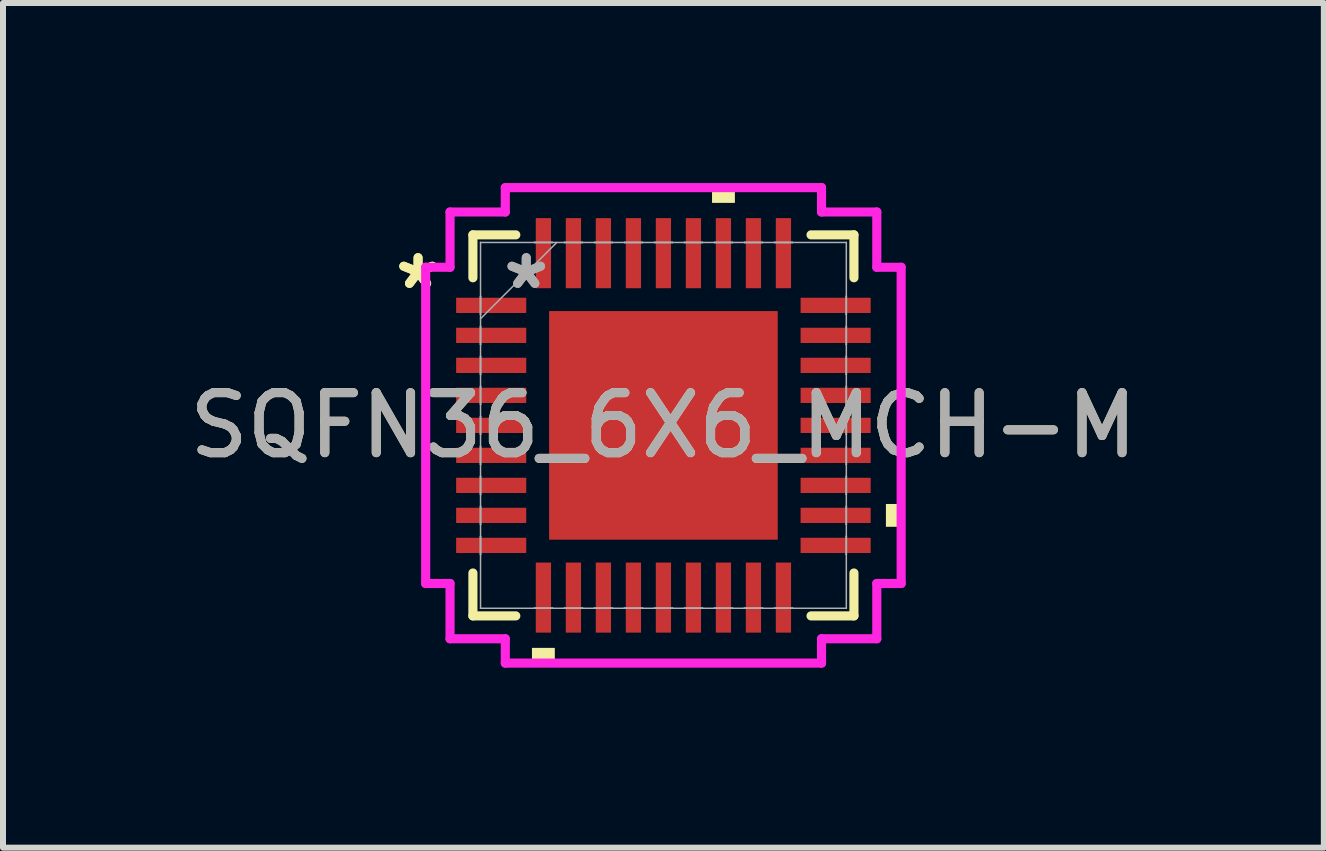
<source format=kicad_pcb>
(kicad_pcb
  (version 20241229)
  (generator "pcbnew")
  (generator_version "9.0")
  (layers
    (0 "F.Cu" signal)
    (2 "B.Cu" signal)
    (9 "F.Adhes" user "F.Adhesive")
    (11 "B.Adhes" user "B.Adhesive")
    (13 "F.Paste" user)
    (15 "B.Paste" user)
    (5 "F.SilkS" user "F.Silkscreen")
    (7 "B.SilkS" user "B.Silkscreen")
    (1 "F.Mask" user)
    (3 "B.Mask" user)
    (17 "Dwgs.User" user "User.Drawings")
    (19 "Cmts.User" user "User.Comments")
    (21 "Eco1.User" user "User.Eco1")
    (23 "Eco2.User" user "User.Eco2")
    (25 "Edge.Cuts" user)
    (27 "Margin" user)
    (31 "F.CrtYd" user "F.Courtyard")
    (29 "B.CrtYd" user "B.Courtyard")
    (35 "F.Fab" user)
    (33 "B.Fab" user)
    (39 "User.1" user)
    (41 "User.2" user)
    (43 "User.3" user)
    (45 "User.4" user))
  (footprint "SQFN36_6X6_MCH-M"
    (layer "F.Cu")
    (at 8.006 4.039)
    (property "Reference" "SQFN36_6X6_MCH-M" (at 0 0 0) (unlocked yes) (layer "F.SilkS") (effects (font (size 1 1) (thickness 0.15))))
    (attr smd)
    (fp_line (start -3.175 -3.175) (end -3.175 -2.46) (stroke (width 0.152) (type solid)) (layer "F.SilkS"))
    (fp_line (start -3.175 2.46) (end -3.175 3.175) (stroke (width 0.152) (type solid)) (layer "F.SilkS"))
    (fp_line (start -3.175 3.175) (end -2.46 3.175) (stroke (width 0.152) (type solid)) (layer "F.SilkS"))
    (fp_line (start -2.46 -3.175) (end -3.175 -3.175) (stroke (width 0.152) (type solid)) (layer "F.SilkS"))
    (fp_line (start 2.46 3.175) (end 3.175 3.175) (stroke (width 0.152) (type solid)) (layer "F.SilkS"))
    (fp_line (start 3.175 -3.175) (end 2.46 -3.175) (stroke (width 0.152) (type solid)) (layer "F.SilkS"))
    (fp_line (start 3.175 -2.46) (end 3.175 -3.175) (stroke (width 0.152) (type solid)) (layer "F.SilkS"))
    (fp_line (start 3.175 3.175) (end 3.175 2.46) (stroke (width 0.152) (type solid)) (layer "F.SilkS"))
    (fp_poly (pts (xy -2.191 3.708) (xy -2.191 3.962) (xy -1.81 3.962) (xy -1.81 3.708)) (stroke (width 0) (type solid)) (fill yes) (layer "F.SilkS"))
    (fp_poly (pts (xy 0.81 -3.708) (xy 0.81 -3.962) (xy 1.191 -3.962) (xy 1.191 -3.708)) (stroke (width 0) (type solid)) (fill yes) (layer "F.SilkS"))
    (fp_poly (pts (xy 3.962 1.31) (xy 3.962 1.69) (xy 3.708 1.69) (xy 3.708 1.31)) (stroke (width 0) (type solid)) (fill yes) (layer "F.SilkS"))
    (fp_poly (pts (xy -1.805 -1.805) (xy -1.805 -0.735) (xy -0.735 -0.735) (xy -0.735 -1.805)) (stroke (width 0) (type solid)) (fill yes) (layer "F.Paste"))
    (fp_poly (pts (xy -1.805 -0.535) (xy -1.805 0.535) (xy -0.735 0.535) (xy -0.735 -0.535)) (stroke (width 0) (type solid)) (fill yes) (layer "F.Paste"))
    (fp_poly (pts (xy -1.805 0.735) (xy -1.805 1.805) (xy -0.735 1.805) (xy -0.735 0.735)) (stroke (width 0) (type solid)) (fill yes) (layer "F.Paste"))
    (fp_poly (pts (xy -0.535 -1.805) (xy -0.535 -0.735) (xy 0.535 -0.735) (xy 0.535 -1.805)) (stroke (width 0) (type solid)) (fill yes) (layer "F.Paste"))
    (fp_poly (pts (xy -0.535 -0.535) (xy -0.535 0.535) (xy 0.535 0.535) (xy 0.535 -0.535)) (stroke (width 0) (type solid)) (fill yes) (layer "F.Paste"))
    (fp_poly (pts (xy -0.535 0.735) (xy -0.535 1.805) (xy 0.535 1.805) (xy 0.535 0.735)) (stroke (width 0) (type solid)) (fill yes) (layer "F.Paste"))
    (fp_poly (pts (xy 0.735 -1.805) (xy 0.735 -0.735) (xy 1.805 -0.735) (xy 1.805 -1.805)) (stroke (width 0) (type solid)) (fill yes) (layer "F.Paste"))
    (fp_poly (pts (xy 0.735 -0.535) (xy 0.735 0.535) (xy 1.805 0.535) (xy 1.805 -0.535)) (stroke (width 0) (type solid)) (fill yes) (layer "F.Paste"))
    (fp_poly (pts (xy 0.735 0.735) (xy 0.735 1.805) (xy 1.805 1.805) (xy 1.805 0.735)) (stroke (width 0) (type solid)) (fill yes) (layer "F.Paste"))
    (fp_line (start -3.962 -2.635) (end -3.556 -2.635) (stroke (width 0.152) (type solid)) (layer "F.CrtYd"))
    (fp_line (start -3.962 2.635) (end -3.962 -2.635) (stroke (width 0.152) (type solid)) (layer "F.CrtYd"))
    (fp_line (start -3.556 -3.556) (end -2.635 -3.556) (stroke (width 0.152) (type solid)) (layer "F.CrtYd"))
    (fp_line (start -3.556 -2.635) (end -3.556 -3.556) (stroke (width 0.152) (type solid)) (layer "F.CrtYd"))
    (fp_line (start -3.556 2.635) (end -3.962 2.635) (stroke (width 0.152) (type solid)) (layer "F.CrtYd"))
    (fp_line (start -3.556 3.556) (end -3.556 2.635) (stroke (width 0.152) (type solid)) (layer "F.CrtYd"))
    (fp_line (start -2.635 -3.962) (end 2.635 -3.962) (stroke (width 0.152) (type solid)) (layer "F.CrtYd"))
    (fp_line (start -2.635 -3.556) (end -2.635 -3.962) (stroke (width 0.152) (type solid)) (layer "F.CrtYd"))
    (fp_line (start -2.635 3.556) (end -3.556 3.556) (stroke (width 0.152) (type solid)) (layer "F.CrtYd"))
    (fp_line (start -2.635 3.962) (end -2.635 3.556) (stroke (width 0.152) (type solid)) (layer "F.CrtYd"))
    (fp_line (start 2.635 -3.962) (end 2.635 -3.556) (stroke (width 0.152) (type solid)) (layer "F.CrtYd"))
    (fp_line (start 2.635 -3.556) (end 3.556 -3.556) (stroke (width 0.152) (type solid)) (layer "F.CrtYd"))
    (fp_line (start 2.635 3.556) (end 2.635 3.962) (stroke (width 0.152) (type solid)) (layer "F.CrtYd"))
    (fp_line (start 2.635 3.962) (end -2.635 3.962) (stroke (width 0.152) (type solid)) (layer "F.CrtYd"))
    (fp_line (start 3.556 -3.556) (end 3.556 -2.635) (stroke (width 0.152) (type solid)) (layer "F.CrtYd"))
    (fp_line (start 3.556 -2.635) (end 3.962 -2.635) (stroke (width 0.152) (type solid)) (layer "F.CrtYd"))
    (fp_line (start 3.556 2.635) (end 3.556 3.556) (stroke (width 0.152) (type solid)) (layer "F.CrtYd"))
    (fp_line (start 3.556 3.556) (end 2.635 3.556) (stroke (width 0.152) (type solid)) (layer "F.CrtYd"))
    (fp_line (start 3.962 -2.635) (end 3.962 2.635) (stroke (width 0.152) (type solid)) (layer "F.CrtYd"))
    (fp_line (start 3.962 2.635) (end 3.556 2.635) (stroke (width 0.152) (type solid)) (layer "F.CrtYd"))
    (fp_line (start -3.048 -3.048) (end -3.048 -3.048) (stroke (width 0.025) (type solid)) (layer "F.Fab"))
    (fp_line (start -3.048 -3.048) (end -3.048 3.048) (stroke (width 0.025) (type solid)) (layer "F.Fab"))
    (fp_line (start -3.048 -2.152) (end -3.048 -2.152) (stroke (width 0.025) (type solid)) (layer "F.Fab"))
    (fp_line (start -3.048 -2.152) (end -3.048 -1.848) (stroke (width 0.025) (type solid)) (layer "F.Fab"))
    (fp_line (start -3.048 -1.848) (end -3.048 -2.152) (stroke (width 0.025) (type solid)) (layer "F.Fab"))
    (fp_line (start -3.048 -1.848) (end -3.048 -1.848) (stroke (width 0.025) (type solid)) (layer "F.Fab"))
    (fp_line (start -3.048 -1.778) (end -1.778 -3.048) (stroke (width 0.025) (type solid)) (layer "F.Fab"))
    (fp_line (start -3.048 -1.652) (end -3.048 -1.652) (stroke (width 0.025) (type solid)) (layer "F.Fab"))
    (fp_line (start -3.048 -1.652) (end -3.048 -1.348) (stroke (width 0.025) (type solid)) (layer "F.Fab"))
    (fp_line (start -3.048 -1.348) (end -3.048 -1.652) (stroke (width 0.025) (type solid)) (layer "F.Fab"))
    (fp_line (start -3.048 -1.348) (end -3.048 -1.348) (stroke (width 0.025) (type solid)) (layer "F.Fab"))
    (fp_line (start -3.048 -1.152) (end -3.048 -1.152) (stroke (width 0.025) (type solid)) (layer "F.Fab"))
    (fp_line (start -3.048 -1.152) (end -3.048 -0.848) (stroke (width 0.025) (type solid)) (layer "F.Fab"))
    (fp_line (start -3.048 -0.848) (end -3.048 -1.152) (stroke (width 0.025) (type solid)) (layer "F.Fab"))
    (fp_line (start -3.048 -0.848) (end -3.048 -0.848) (stroke (width 0.025) (type solid)) (layer "F.Fab"))
    (fp_line (start -3.048 -0.652) (end -3.048 -0.652) (stroke (width 0.025) (type solid)) (layer "F.Fab"))
    (fp_line (start -3.048 -0.652) (end -3.048 -0.348) (stroke (width 0.025) (type solid)) (layer "F.Fab"))
    (fp_line (start -3.048 -0.348) (end -3.048 -0.652) (stroke (width 0.025) (type solid)) (layer "F.Fab"))
    (fp_line (start -3.048 -0.348) (end -3.048 -0.348) (stroke (width 0.025) (type solid)) (layer "F.Fab"))
    (fp_line (start -3.048 -0.152) (end -3.048 -0.152) (stroke (width 0.025) (type solid)) (layer "F.Fab"))
    (fp_line (start -3.048 -0.152) (end -3.048 0.152) (stroke (width 0.025) (type solid)) (layer "F.Fab"))
    (fp_line (start -3.048 0.152) (end -3.048 -0.152) (stroke (width 0.025) (type solid)) (layer "F.Fab"))
    (fp_line (start -3.048 0.152) (end -3.048 0.152) (stroke (width 0.025) (type solid)) (layer "F.Fab"))
    (fp_line (start -3.048 0.348) (end -3.048 0.348) (stroke (width 0.025) (type solid)) (layer "F.Fab"))
    (fp_line (start -3.048 0.348) (end -3.048 0.652) (stroke (width 0.025) (type solid)) (layer "F.Fab"))
    (fp_line (start -3.048 0.652) (end -3.048 0.348) (stroke (width 0.025) (type solid)) (layer "F.Fab"))
    (fp_line (start -3.048 0.652) (end -3.048 0.652) (stroke (width 0.025) (type solid)) (layer "F.Fab"))
    (fp_line (start -3.048 0.848) (end -3.048 0.848) (stroke (width 0.025) (type solid)) (layer "F.Fab"))
    (fp_line (start -3.048 0.848) (end -3.048 1.152) (stroke (width 0.025) (type solid)) (layer "F.Fab"))
    (fp_line (start -3.048 1.152) (end -3.048 0.848) (stroke (width 0.025) (type solid)) (layer "F.Fab"))
    (fp_line (start -3.048 1.152) (end -3.048 1.152) (stroke (width 0.025) (type solid)) (layer "F.Fab"))
    (fp_line (start -3.048 1.348) (end -3.048 1.348) (stroke (width 0.025) (type solid)) (layer "F.Fab"))
    (fp_line (start -3.048 1.348) (end -3.048 1.652) (stroke (width 0.025) (type solid)) (layer "F.Fab"))
    (fp_line (start -3.048 1.652) (end -3.048 1.348) (stroke (width 0.025) (type solid)) (layer "F.Fab"))
    (fp_line (start -3.048 1.652) (end -3.048 1.652) (stroke (width 0.025) (type solid)) (layer "F.Fab"))
    (fp_line (start -3.048 1.848) (end -3.048 1.848) (stroke (width 0.025) (type solid)) (layer "F.Fab"))
    (fp_line (start -3.048 1.848) (end -3.048 2.152) (stroke (width 0.025) (type solid)) (layer "F.Fab"))
    (fp_line (start -3.048 2.152) (end -3.048 1.848) (stroke (width 0.025) (type solid)) (layer "F.Fab"))
    (fp_line (start -3.048 2.152) (end -3.048 2.152) (stroke (width 0.025) (type solid)) (layer "F.Fab"))
    (fp_line (start -3.048 3.048) (end -3.048 3.048) (stroke (width 0.025) (type solid)) (layer "F.Fab"))
    (fp_line (start -3.048 3.048) (end 3.048 3.048) (stroke (width 0.025) (type solid)) (layer "F.Fab"))
    (fp_line (start -2.152 -3.048) (end -2.152 -3.048) (stroke (width 0.025) (type solid)) (layer "F.Fab"))
    (fp_line (start -2.152 -3.048) (end -1.848 -3.048) (stroke (width 0.025) (type solid)) (layer "F.Fab"))
    (fp_line (start -2.152 3.048) (end -2.152 3.048) (stroke (width 0.025) (type solid)) (layer "F.Fab"))
    (fp_line (start -2.152 3.048) (end -1.848 3.048) (stroke (width 0.025) (type solid)) (layer "F.Fab"))
    (fp_line (start -1.848 -3.048) (end -2.152 -3.048) (stroke (width 0.025) (type solid)) (layer "F.Fab"))
    (fp_line (start -1.848 -3.048) (end -1.848 -3.048) (stroke (width 0.025) (type solid)) (layer "F.Fab"))
    (fp_line (start -1.848 3.048) (end -2.152 3.048) (stroke (width 0.025) (type solid)) (layer "F.Fab"))
    (fp_line (start -1.848 3.048) (end -1.848 3.048) (stroke (width 0.025) (type solid)) (layer "F.Fab"))
    (fp_line (start -1.652 -3.048) (end -1.652 -3.048) (stroke (width 0.025) (type solid)) (layer "F.Fab"))
    (fp_line (start -1.652 -3.048) (end -1.348 -3.048) (stroke (width 0.025) (type solid)) (layer "F.Fab"))
    (fp_line (start -1.652 3.048) (end -1.652 3.048) (stroke (width 0.025) (type solid)) (layer "F.Fab"))
    (fp_line (start -1.652 3.048) (end -1.348 3.048) (stroke (width 0.025) (type solid)) (layer "F.Fab"))
    (fp_line (start -1.348 -3.048) (end -1.652 -3.048) (stroke (width 0.025) (type solid)) (layer "F.Fab"))
    (fp_line (start -1.348 -3.048) (end -1.348 -3.048) (stroke (width 0.025) (type solid)) (layer "F.Fab"))
    (fp_line (start -1.348 3.048) (end -1.652 3.048) (stroke (width 0.025) (type solid)) (layer "F.Fab"))
    (fp_line (start -1.348 3.048) (end -1.348 3.048) (stroke (width 0.025) (type solid)) (layer "F.Fab"))
    (fp_line (start -1.152 -3.048) (end -1.152 -3.048) (stroke (width 0.025) (type solid)) (layer "F.Fab"))
    (fp_line (start -1.152 -3.048) (end -0.848 -3.048) (stroke (width 0.025) (type solid)) (layer "F.Fab"))
    (fp_line (start -1.152 3.048) (end -1.152 3.048) (stroke (width 0.025) (type solid)) (layer "F.Fab"))
    (fp_line (start -1.152 3.048) (end -0.848 3.048) (stroke (width 0.025) (type solid)) (layer "F.Fab"))
    (fp_line (start -0.848 -3.048) (end -1.152 -3.048) (stroke (width 0.025) (type solid)) (layer "F.Fab"))
    (fp_line (start -0.848 -3.048) (end -0.848 -3.048) (stroke (width 0.025) (type solid)) (layer "F.Fab"))
    (fp_line (start -0.848 3.048) (end -1.152 3.048) (stroke (width 0.025) (type solid)) (layer "F.Fab"))
    (fp_line (start -0.848 3.048) (end -0.848 3.048) (stroke (width 0.025) (type solid)) (layer "F.Fab"))
    (fp_line (start -0.652 -3.048) (end -0.652 -3.048) (stroke (width 0.025) (type solid)) (layer "F.Fab"))
    (fp_line (start -0.652 -3.048) (end -0.348 -3.048) (stroke (width 0.025) (type solid)) (layer "F.Fab"))
    (fp_line (start -0.652 3.048) (end -0.652 3.048) (stroke (width 0.025) (type solid)) (layer "F.Fab"))
    (fp_line (start -0.652 3.048) (end -0.348 3.048) (stroke (width 0.025) (type solid)) (layer "F.Fab"))
    (fp_line (start -0.348 -3.048) (end -0.652 -3.048) (stroke (width 0.025) (type solid)) (layer "F.Fab"))
    (fp_line (start -0.348 -3.048) (end -0.348 -3.048) (stroke (width 0.025) (type solid)) (layer "F.Fab"))
    (fp_line (start -0.348 3.048) (end -0.652 3.048) (stroke (width 0.025) (type solid)) (layer "F.Fab"))
    (fp_line (start -0.348 3.048) (end -0.348 3.048) (stroke (width 0.025) (type solid)) (layer "F.Fab"))
    (fp_line (start -0.152 -3.048) (end -0.152 -3.048) (stroke (width 0.025) (type solid)) (layer "F.Fab"))
    (fp_line (start -0.152 -3.048) (end 0.152 -3.048) (stroke (width 0.025) (type solid)) (layer "F.Fab"))
    (fp_line (start -0.152 3.048) (end -0.152 3.048) (stroke (width 0.025) (type solid)) (layer "F.Fab"))
    (fp_line (start -0.152 3.048) (end 0.152 3.048) (stroke (width 0.025) (type solid)) (layer "F.Fab"))
    (fp_line (start 0.152 -3.048) (end -0.152 -3.048) (stroke (width 0.025) (type solid)) (layer "F.Fab"))
    (fp_line (start 0.152 -3.048) (end 0.152 -3.048) (stroke (width 0.025) (type solid)) (layer "F.Fab"))
    (fp_line (start 0.152 3.048) (end -0.152 3.048) (stroke (width 0.025) (type solid)) (layer "F.Fab"))
    (fp_line (start 0.152 3.048) (end 0.152 3.048) (stroke (width 0.025) (type solid)) (layer "F.Fab"))
    (fp_line (start 0.348 -3.048) (end 0.348 -3.048) (stroke (width 0.025) (type solid)) (layer "F.Fab"))
    (fp_line (start 0.348 -3.048) (end 0.652 -3.048) (stroke (width 0.025) (type solid)) (layer "F.Fab"))
    (fp_line (start 0.348 3.048) (end 0.348 3.048) (stroke (width 0.025) (type solid)) (layer "F.Fab"))
    (fp_line (start 0.348 3.048) (end 0.652 3.048) (stroke (width 0.025) (type solid)) (layer "F.Fab"))
    (fp_line (start 0.652 -3.048) (end 0.348 -3.048) (stroke (width 0.025) (type solid)) (layer "F.Fab"))
    (fp_line (start 0.652 -3.048) (end 0.652 -3.048) (stroke (width 0.025) (type solid)) (layer "F.Fab"))
    (fp_line (start 0.652 3.048) (end 0.348 3.048) (stroke (width 0.025) (type solid)) (layer "F.Fab"))
    (fp_line (start 0.652 3.048) (end 0.652 3.048) (stroke (width 0.025) (type solid)) (layer "F.Fab"))
    (fp_line (start 0.848 -3.048) (end 0.848 -3.048) (stroke (width 0.025) (type solid)) (layer "F.Fab"))
    (fp_line (start 0.848 -3.048) (end 1.152 -3.048) (stroke (width 0.025) (type solid)) (layer "F.Fab"))
    (fp_line (start 0.848 3.048) (end 0.848 3.048) (stroke (width 0.025) (type solid)) (layer "F.Fab"))
    (fp_line (start 0.848 3.048) (end 1.152 3.048) (stroke (width 0.025) (type solid)) (layer "F.Fab"))
    (fp_line (start 1.152 -3.048) (end 0.848 -3.048) (stroke (width 0.025) (type solid)) (layer "F.Fab"))
    (fp_line (start 1.152 -3.048) (end 1.152 -3.048) (stroke (width 0.025) (type solid)) (layer "F.Fab"))
    (fp_line (start 1.152 3.048) (end 0.848 3.048) (stroke (width 0.025) (type solid)) (layer "F.Fab"))
    (fp_line (start 1.152 3.048) (end 1.152 3.048) (stroke (width 0.025) (type solid)) (layer "F.Fab"))
    (fp_line (start 1.348 -3.048) (end 1.348 -3.048) (stroke (width 0.025) (type solid)) (layer "F.Fab"))
    (fp_line (start 1.348 -3.048) (end 1.652 -3.048) (stroke (width 0.025) (type solid)) (layer "F.Fab"))
    (fp_line (start 1.348 3.048) (end 1.348 3.048) (stroke (width 0.025) (type solid)) (layer "F.Fab"))
    (fp_line (start 1.348 3.048) (end 1.652 3.048) (stroke (width 0.025) (type solid)) (layer "F.Fab"))
    (fp_line (start 1.652 -3.048) (end 1.348 -3.048) (stroke (width 0.025) (type solid)) (layer "F.Fab"))
    (fp_line (start 1.652 -3.048) (end 1.652 -3.048) (stroke (width 0.025) (type solid)) (layer "F.Fab"))
    (fp_line (start 1.652 3.048) (end 1.348 3.048) (stroke (width 0.025) (type solid)) (layer "F.Fab"))
    (fp_line (start 1.652 3.048) (end 1.652 3.048) (stroke (width 0.025) (type solid)) (layer "F.Fab"))
    (fp_line (start 1.848 -3.048) (end 1.848 -3.048) (stroke (width 0.025) (type solid)) (layer "F.Fab"))
    (fp_line (start 1.848 -3.048) (end 2.152 -3.048) (stroke (width 0.025) (type solid)) (layer "F.Fab"))
    (fp_line (start 1.848 3.048) (end 1.848 3.048) (stroke (width 0.025) (type solid)) (layer "F.Fab"))
    (fp_line (start 1.848 3.048) (end 2.152 3.048) (stroke (width 0.025) (type solid)) (layer "F.Fab"))
    (fp_line (start 2.152 -3.048) (end 1.848 -3.048) (stroke (width 0.025) (type solid)) (layer "F.Fab"))
    (fp_line (start 2.152 -3.048) (end 2.152 -3.048) (stroke (width 0.025) (type solid)) (layer "F.Fab"))
    (fp_line (start 2.152 3.048) (end 1.848 3.048) (stroke (width 0.025) (type solid)) (layer "F.Fab"))
    (fp_line (start 2.152 3.048) (end 2.152 3.048) (stroke (width 0.025) (type solid)) (layer "F.Fab"))
    (fp_line (start 3.048 -3.048) (end -3.048 -3.048) (stroke (width 0.025) (type solid)) (layer "F.Fab"))
    (fp_line (start 3.048 -3.048) (end 3.048 -3.048) (stroke (width 0.025) (type solid)) (layer "F.Fab"))
    (fp_line (start 3.048 -2.152) (end 3.048 -2.152) (stroke (width 0.025) (type solid)) (layer "F.Fab"))
    (fp_line (start 3.048 -2.152) (end 3.048 -1.848) (stroke (width 0.025) (type solid)) (layer "F.Fab"))
    (fp_line (start 3.048 -1.848) (end 3.048 -2.152) (stroke (width 0.025) (type solid)) (layer "F.Fab"))
    (fp_line (start 3.048 -1.848) (end 3.048 -1.848) (stroke (width 0.025) (type solid)) (layer "F.Fab"))
    (fp_line (start 3.048 -1.652) (end 3.048 -1.652) (stroke (width 0.025) (type solid)) (layer "F.Fab"))
    (fp_line (start 3.048 -1.652) (end 3.048 -1.348) (stroke (width 0.025) (type solid)) (layer "F.Fab"))
    (fp_line (start 3.048 -1.348) (end 3.048 -1.652) (stroke (width 0.025) (type solid)) (layer "F.Fab"))
    (fp_line (start 3.048 -1.348) (end 3.048 -1.348) (stroke (width 0.025) (type solid)) (layer "F.Fab"))
    (fp_line (start 3.048 -1.152) (end 3.048 -1.152) (stroke (width 0.025) (type solid)) (layer "F.Fab"))
    (fp_line (start 3.048 -1.152) (end 3.048 -0.848) (stroke (width 0.025) (type solid)) (layer "F.Fab"))
    (fp_line (start 3.048 -0.848) (end 3.048 -1.152) (stroke (width 0.025) (type solid)) (layer "F.Fab"))
    (fp_line (start 3.048 -0.848) (end 3.048 -0.848) (stroke (width 0.025) (type solid)) (layer "F.Fab"))
    (fp_line (start 3.048 -0.652) (end 3.048 -0.652) (stroke (width 0.025) (type solid)) (layer "F.Fab"))
    (fp_line (start 3.048 -0.652) (end 3.048 -0.348) (stroke (width 0.025) (type solid)) (layer "F.Fab"))
    (fp_line (start 3.048 -0.348) (end 3.048 -0.652) (stroke (width 0.025) (type solid)) (layer "F.Fab"))
    (fp_line (start 3.048 -0.348) (end 3.048 -0.348) (stroke (width 0.025) (type solid)) (layer "F.Fab"))
    (fp_line (start 3.048 -0.152) (end 3.048 -0.152) (stroke (width 0.025) (type solid)) (layer "F.Fab"))
    (fp_line (start 3.048 -0.152) (end 3.048 0.152) (stroke (width 0.025) (type solid)) (layer "F.Fab"))
    (fp_line (start 3.048 0.152) (end 3.048 -0.152) (stroke (width 0.025) (type solid)) (layer "F.Fab"))
    (fp_line (start 3.048 0.152) (end 3.048 0.152) (stroke (width 0.025) (type solid)) (layer "F.Fab"))
    (fp_line (start 3.048 0.348) (end 3.048 0.348) (stroke (width 0.025) (type solid)) (layer "F.Fab"))
    (fp_line (start 3.048 0.348) (end 3.048 0.652) (stroke (width 0.025) (type solid)) (layer "F.Fab"))
    (fp_line (start 3.048 0.652) (end 3.048 0.348) (stroke (width 0.025) (type solid)) (layer "F.Fab"))
    (fp_line (start 3.048 0.652) (end 3.048 0.652) (stroke (width 0.025) (type solid)) (layer "F.Fab"))
    (fp_line (start 3.048 0.848) (end 3.048 0.848) (stroke (width 0.025) (type solid)) (layer "F.Fab"))
    (fp_line (start 3.048 0.848) (end 3.048 1.152) (stroke (width 0.025) (type solid)) (layer "F.Fab"))
    (fp_line (start 3.048 1.152) (end 3.048 0.848) (stroke (width 0.025) (type solid)) (layer "F.Fab"))
    (fp_line (start 3.048 1.152) (end 3.048 1.152) (stroke (width 0.025) (type solid)) (layer "F.Fab"))
    (fp_line (start 3.048 1.348) (end 3.048 1.348) (stroke (width 0.025) (type solid)) (layer "F.Fab"))
    (fp_line (start 3.048 1.348) (end 3.048 1.652) (stroke (width 0.025) (type solid)) (layer "F.Fab"))
    (fp_line (start 3.048 1.652) (end 3.048 1.348) (stroke (width 0.025) (type solid)) (layer "F.Fab"))
    (fp_line (start 3.048 1.652) (end 3.048 1.652) (stroke (width 0.025) (type solid)) (layer "F.Fab"))
    (fp_line (start 3.048 1.848) (end 3.048 1.848) (stroke (width 0.025) (type solid)) (layer "F.Fab"))
    (fp_line (start 3.048 1.848) (end 3.048 2.152) (stroke (width 0.025) (type solid)) (layer "F.Fab"))
    (fp_line (start 3.048 2.152) (end 3.048 1.848) (stroke (width 0.025) (type solid)) (layer "F.Fab"))
    (fp_line (start 3.048 2.152) (end 3.048 2.152) (stroke (width 0.025) (type solid)) (layer "F.Fab"))
    (fp_line (start 3.048 3.048) (end 3.048 -3.048) (stroke (width 0.025) (type solid)) (layer "F.Fab"))
    (fp_line (start 3.048 3.048) (end 3.048 3.048) (stroke (width 0.025) (type solid)) (layer "F.Fab"))
    (fp_text user "*" (at -4.089 -2.25 0) (unlocked yes) (layer "F.SilkS") (effects (font (size 1 1) (thickness 0.15))))
    (fp_text user "*" (at -4.089 -2.25 0) (layer "F.SilkS") (effects (font (size 1 1) (thickness 0.15))))
    (fp_text user "${REFERENCE}" (at 0 0 0) (unlocked yes) (layer "F.Fab") (effects (font (size 1 1) (thickness 0.15))))
    (fp_text user "*" (at -2.286 -2.25 0) (unlocked yes) (layer "F.Fab") (effects (font (size 1 1) (thickness 0.15))))
    (fp_text user "*" (at -2.286 -2.25 0) (layer "F.Fab") (effects (font (size 1 1) (thickness 0.15))))
    (pad "1" smd rect (at -2.87 -2 90) (size 0.254 1.168) (layers "F.Cu" "F.Mask" "F.Paste"))
    (pad "2" smd rect (at -2.87 -1.5 90) (size 0.254 1.168) (layers "F.Cu" "F.Mask" "F.Paste"))
    (pad "3" smd rect (at -2.87 -1 90) (size 0.254 1.168) (layers "F.Cu" "F.Mask" "F.Paste"))
    (pad "4" smd rect (at -2.87 -0.5 90) (size 0.254 1.168) (layers "F.Cu" "F.Mask" "F.Paste"))
    (pad "5" smd rect (at -2.87 0 90) (size 0.254 1.168) (layers "F.Cu" "F.Mask" "F.Paste"))
    (pad "6" smd rect (at -2.87 0.5 90) (size 0.254 1.168) (layers "F.Cu" "F.Mask" "F.Paste"))
    (pad "7" smd rect (at -2.87 1 90) (size 0.254 1.168) (layers "F.Cu" "F.Mask" "F.Paste"))
    (pad "8" smd rect (at -2.87 1.5 90) (size 0.254 1.168) (layers "F.Cu" "F.Mask" "F.Paste"))
    (pad "9" smd rect (at -2.87 2 90) (size 0.254 1.168) (layers "F.Cu" "F.Mask" "F.Paste"))
    (pad "10" smd rect (at -2 2.87) (size 0.254 1.168) (layers "F.Cu" "F.Mask" "F.Paste"))
    (pad "11" smd rect (at -1.5 2.87) (size 0.254 1.168) (layers "F.Cu" "F.Mask" "F.Paste"))
    (pad "12" smd rect (at -1 2.87) (size 0.254 1.168) (layers "F.Cu" "F.Mask" "F.Paste"))
    (pad "13" smd rect (at -0.5 2.87) (size 0.254 1.168) (layers "F.Cu" "F.Mask" "F.Paste"))
    (pad "14" smd rect (at 0 2.87) (size 0.254 1.168) (layers "F.Cu" "F.Mask" "F.Paste"))
    (pad "15" smd rect (at 0.5 2.87) (size 0.254 1.168) (layers "F.Cu" "F.Mask" "F.Paste"))
    (pad "16" smd rect (at 1 2.87) (size 0.254 1.168) (layers "F.Cu" "F.Mask" "F.Paste"))
    (pad "17" smd rect (at 1.5 2.87) (size 0.254 1.168) (layers "F.Cu" "F.Mask" "F.Paste"))
    (pad "18" smd rect (at 2 2.87) (size 0.254 1.168) (layers "F.Cu" "F.Mask" "F.Paste"))
    (pad "19" smd rect (at 2.87 2 90) (size 0.254 1.168) (layers "F.Cu" "F.Mask" "F.Paste"))
    (pad "20" smd rect (at 2.87 1.5 90) (size 0.254 1.168) (layers "F.Cu" "F.Mask" "F.Paste"))
    (pad "21" smd rect (at 2.87 1 90) (size 0.254 1.168) (layers "F.Cu" "F.Mask" "F.Paste"))
    (pad "22" smd rect (at 2.87 0.5 90) (size 0.254 1.168) (layers "F.Cu" "F.Mask" "F.Paste"))
    (pad "23" smd rect (at 2.87 0 90) (size 0.254 1.168) (layers "F.Cu" "F.Mask" "F.Paste"))
    (pad "24" smd rect (at 2.87 -0.5 90) (size 0.254 1.168) (layers "F.Cu" "F.Mask" "F.Paste"))
    (pad "25" smd rect (at 2.87 -1 90) (size 0.254 1.168) (layers "F.Cu" "F.Mask" "F.Paste"))
    (pad "26" smd rect (at 2.87 -1.5 90) (size 0.254 1.168) (layers "F.Cu" "F.Mask" "F.Paste"))
    (pad "27" smd rect (at 2.87 -2 90) (size 0.254 1.168) (layers "F.Cu" "F.Mask" "F.Paste"))
    (pad "28" smd rect (at 2 -2.87) (size 0.254 1.168) (layers "F.Cu" "F.Mask" "F.Paste"))
    (pad "29" smd rect (at 1.5 -2.87) (size 0.254 1.168) (layers "F.Cu" "F.Mask" "F.Paste"))
    (pad "30" smd rect (at 1 -2.87) (size 0.254 1.168) (layers "F.Cu" "F.Mask" "F.Paste"))
    (pad "31" smd rect (at 0.5 -2.87) (size 0.254 1.168) (layers "F.Cu" "F.Mask" "F.Paste"))
    (pad "32" smd rect (at 0 -2.87) (size 0.254 1.168) (layers "F.Cu" "F.Mask" "F.Paste"))
    (pad "33" smd rect (at -0.5 -2.87) (size 0.254 1.168) (layers "F.Cu" "F.Mask" "F.Paste"))
    (pad "34" smd rect (at -1 -2.87) (size 0.254 1.168) (layers "F.Cu" "F.Mask" "F.Paste"))
    (pad "35" smd rect (at -1.5 -2.87) (size 0.254 1.168) (layers "F.Cu" "F.Mask" "F.Paste"))
    (pad "36" smd rect (at -2 -2.87) (size 0.254 1.168) (layers "F.Cu" "F.Mask" "F.Paste"))
    (pad "37" smd rect (at 0 0) (size 3.81 3.81) (layers "F.Cu" "F.Mask" "F.Paste")))
  (gr_rect
    (start -3 -3)
    (end 19.012 11.077)
    (stroke (width 0.1) (type default))
    (fill no)
    (layer "Edge.Cuts")))
</source>
